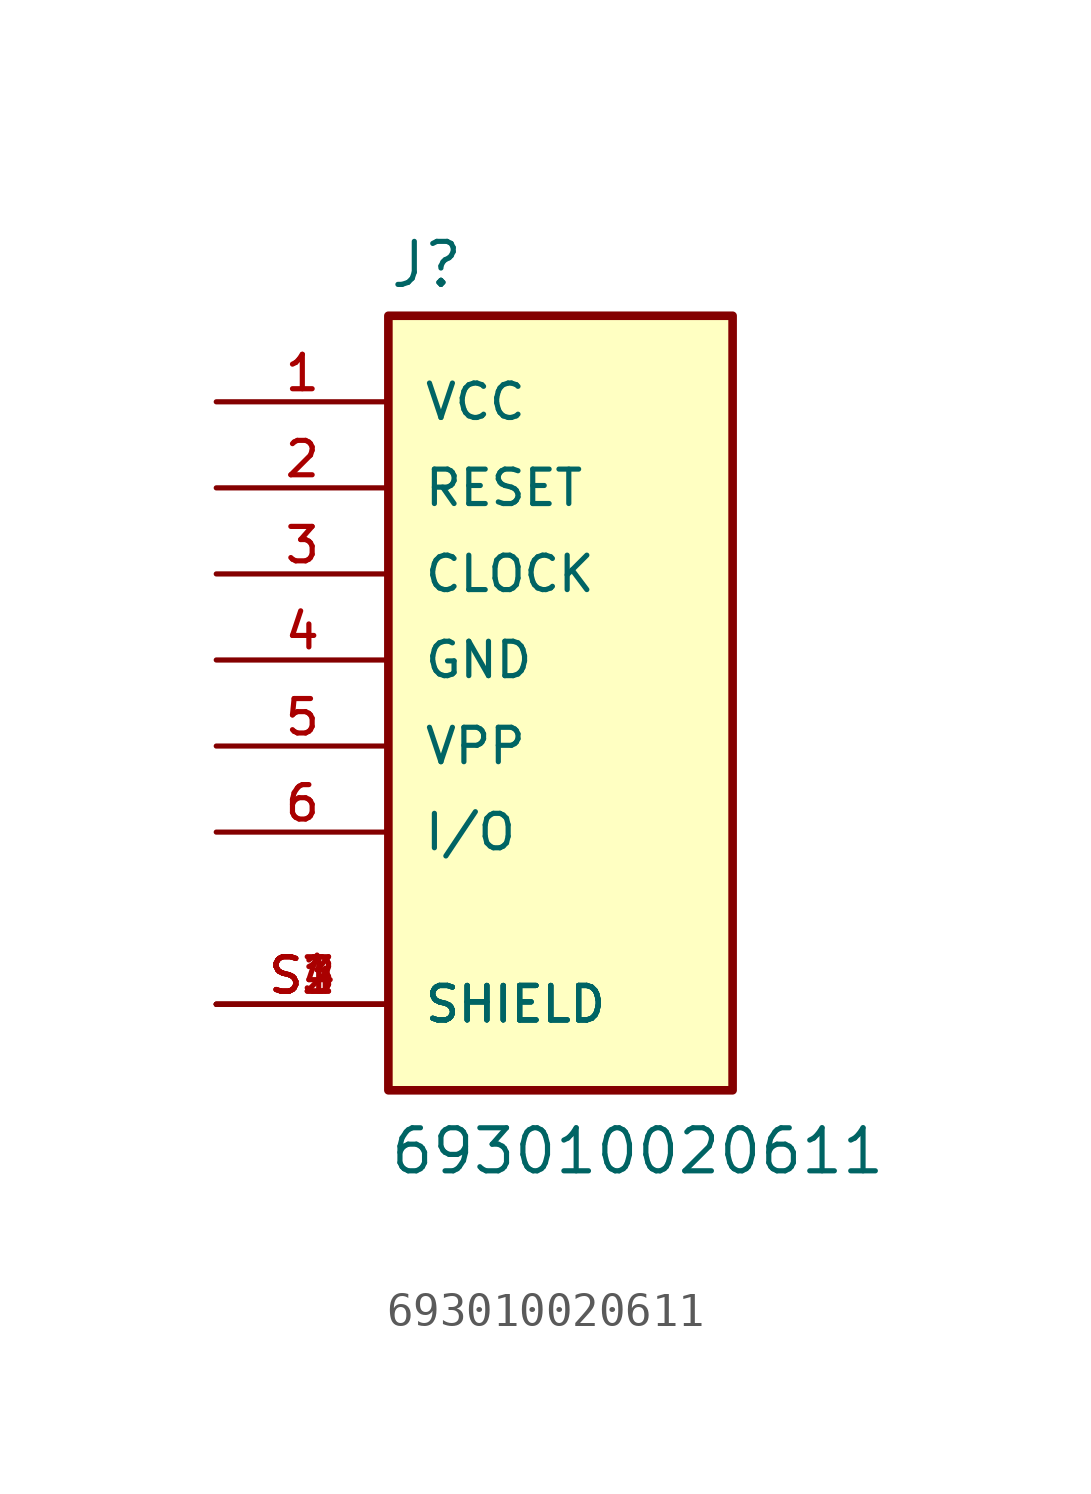
<source format=kicad_sym>
(kicad_symbol_lib
  (version 20211014)
  (generator kicad_symbol_editor)
  (symbol "693010020611"
    (pin_names
      (offset 1.016))
    (property "Reference" "J"
      (at -5.08 10.922 0)
      (effects (font (size 1.27 1.27)) (justify bottom left)))
    (property "Value" "693010020611"
      (at -5.08 -15.24 0)
      (effects (font (size 1.27 1.27)) (justify bottom left)))
    (symbol "693010020611_0_0"
      (rectangle (start -5.08 -12.7) (end 5.08 10.16) (stroke (width 0.254)) (fill (type background)))
      (pin passive line (at -10.16 7.62 0) (length 5.08) (name "VCC" (effects (font (size 1.016 1.016)))) (number "1" (effects (font (size 1.016 1.016)))))
      (pin passive line (at -10.16 5.08 0) (length 5.08) (name "RESET" (effects (font (size 1.016 1.016)))) (number "2" (effects (font (size 1.016 1.016)))))
      (pin passive line (at -10.16 2.54 0) (length 5.08) (name "CLOCK" (effects (font (size 1.016 1.016)))) (number "3" (effects (font (size 1.016 1.016)))))
      (pin passive line (at -10.16 0.0 0) (length 5.08) (name "GND" (effects (font (size 1.016 1.016)))) (number "4" (effects (font (size 1.016 1.016)))))
      (pin passive line (at -10.16 -2.54 0) (length 5.08) (name "VPP" (effects (font (size 1.016 1.016)))) (number "5" (effects (font (size 1.016 1.016)))))
      (pin passive line (at -10.16 -5.08 0) (length 5.08) (name "I/O" (effects (font (size 1.016 1.016)))) (number "6" (effects (font (size 1.016 1.016)))))
      (pin passive line (at -10.16 -10.16 0) (length 5.08) (name "SHIELD" (effects (font (size 1.016 1.016)))) (number "S1" (effects (font (size 1.016 1.016)))))
      (pin passive line (at -10.16 -10.16 0) (length 5.08) (name "SHIELD" (effects (font (size 1.016 1.016)))) (number "S2" (effects (font (size 1.016 1.016)))))
      (pin passive line (at -10.16 -10.16 0) (length 5.08) (name "SHIELD" (effects (font (size 1.016 1.016)))) (number "S3" (effects (font (size 1.016 1.016)))))
      (pin passive line (at -10.16 -10.16 0) (length 5.08) (name "SHIELD" (effects (font (size 1.016 1.016)))) (number "S4" (effects (font (size 1.016 1.016))))))))
</source>
